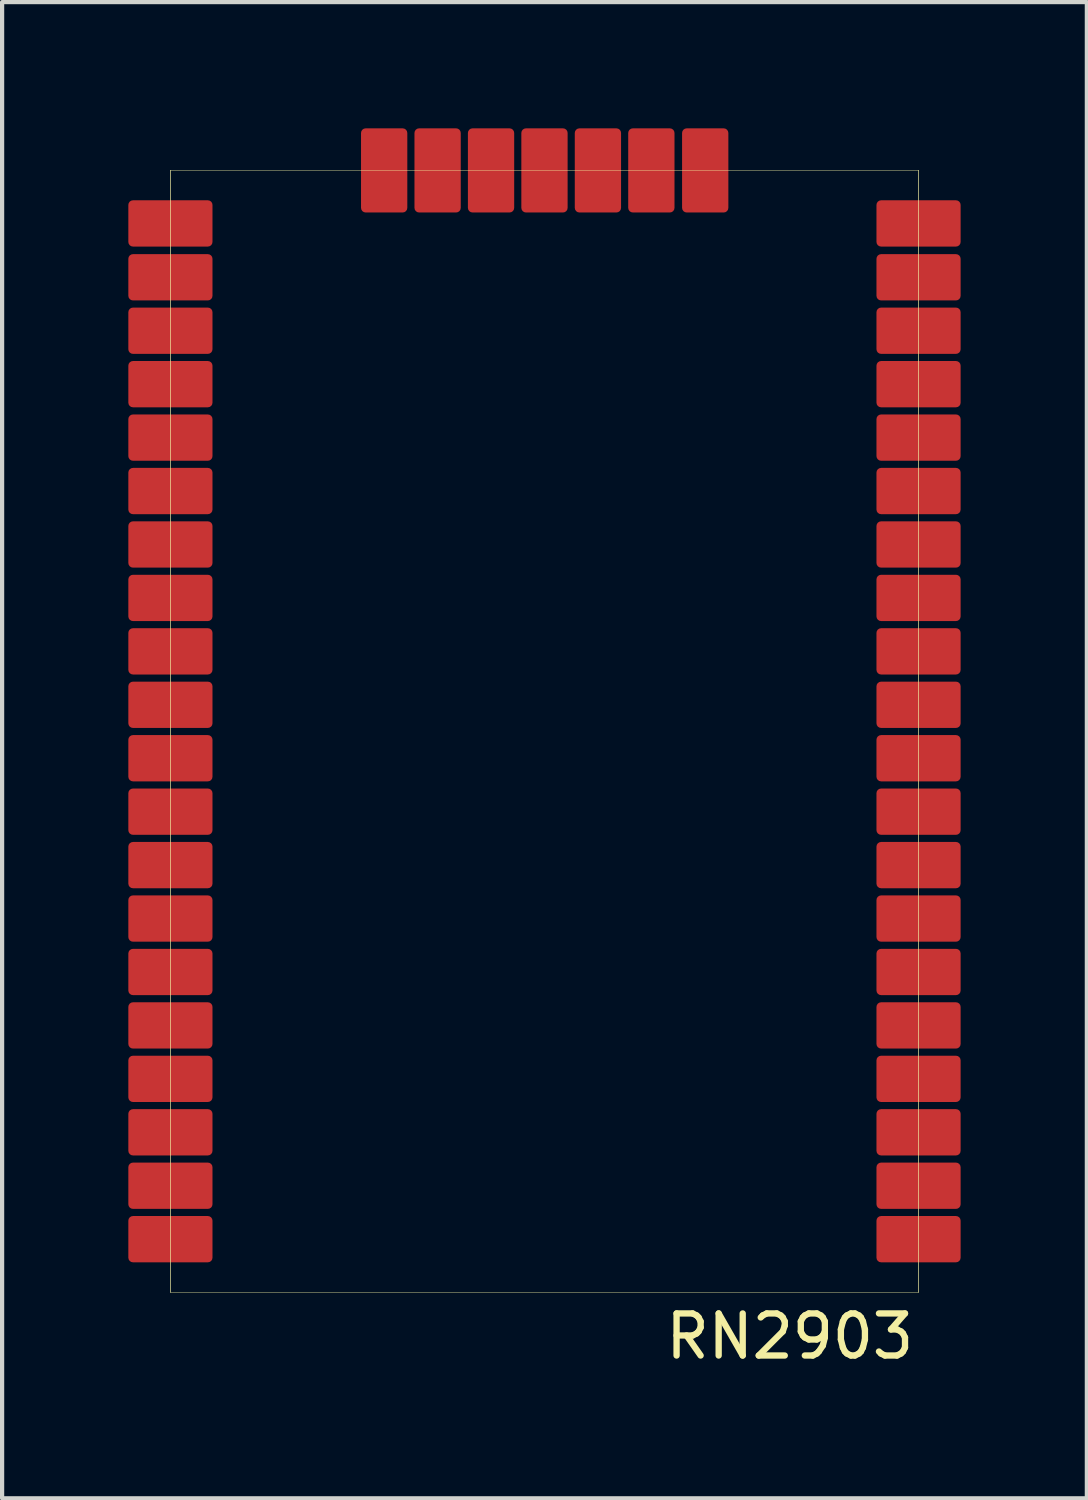
<source format=kicad_pcb>
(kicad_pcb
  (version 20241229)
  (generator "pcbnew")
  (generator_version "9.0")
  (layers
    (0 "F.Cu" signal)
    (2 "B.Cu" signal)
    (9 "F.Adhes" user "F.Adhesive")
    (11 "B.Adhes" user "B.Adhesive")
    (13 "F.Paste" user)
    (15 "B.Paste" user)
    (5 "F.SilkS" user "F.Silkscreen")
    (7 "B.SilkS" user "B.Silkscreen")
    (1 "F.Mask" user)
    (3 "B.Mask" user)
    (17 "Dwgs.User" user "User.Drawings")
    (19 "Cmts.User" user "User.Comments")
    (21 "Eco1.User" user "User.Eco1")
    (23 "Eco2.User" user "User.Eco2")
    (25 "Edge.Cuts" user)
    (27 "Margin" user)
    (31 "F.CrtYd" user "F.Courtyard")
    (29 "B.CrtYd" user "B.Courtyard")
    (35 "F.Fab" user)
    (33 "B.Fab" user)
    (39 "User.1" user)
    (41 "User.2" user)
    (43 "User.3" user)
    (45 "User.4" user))
  (footprint "RN2903"
    (layer "F.Cu")
    (at 9.89 14.33)
    (property "Reference" "RN2903" (at 5.83 14.38 0) (layer "F.SilkS") (effects (font (size 1 1) (thickness 0.15))))
    (attr through_hole)
    (fp_line (start -8.89 -13.335) (end -8.89 13.335) (stroke (width 0.01) (type solid)) (layer "F.SilkS"))
    (fp_line (start -8.89 13.335) (end -8.89 -13.335) (stroke (width 0.01) (type solid)) (layer "F.SilkS"))
    (fp_line (start -8.89 13.335) (end 8.89 13.335) (stroke (width 0.01) (type solid)) (layer "F.SilkS"))
    (fp_line (start 8.89 -13.335) (end -8.89 -13.335) (stroke (width 0.01) (type solid)) (layer "F.SilkS"))
    (fp_line (start 8.89 -13.335) (end 8.89 13.335) (stroke (width 0.01) (type solid)) (layer "F.SilkS"))
    (fp_line (start 8.89 13.335) (end 8.89 -13.335) (stroke (width 0.01) (type solid)) (layer "F.SilkS"))
    (pad "1" smd roundrect (at 8.89 12.07) (size 2 1.1) (layers "F.Cu" "F.Mask" "F.Paste") (roundrect_rratio 0.1))
    (pad "2" smd roundrect (at 8.89 10.8) (size 2 1.1) (layers "F.Cu" "F.Mask" "F.Paste") (roundrect_rratio 0.1))
    (pad "3" smd roundrect (at 8.89 9.53) (size 2 1.1) (layers "F.Cu" "F.Mask" "F.Paste") (roundrect_rratio 0.1))
    (pad "4" smd roundrect (at 8.89 8.26) (size 2 1.1) (layers "F.Cu" "F.Mask" "F.Paste") (roundrect_rratio 0.1))
    (pad "5" smd roundrect (at 8.89 6.99) (size 2 1.1) (layers "F.Cu" "F.Mask" "F.Paste") (roundrect_rratio 0.1))
    (pad "6" smd roundrect (at 8.89 5.72) (size 2 1.1) (layers "F.Cu" "F.Mask" "F.Paste") (roundrect_rratio 0.1))
    (pad "7" smd roundrect (at 8.89 4.45) (size 2 1.1) (layers "F.Cu" "F.Mask" "F.Paste") (roundrect_rratio 0.1))
    (pad "8" smd roundrect (at 8.89 3.18) (size 2 1.1) (layers "F.Cu" "F.Mask" "F.Paste") (roundrect_rratio 0.1))
    (pad "9" smd roundrect (at 8.89 1.91) (size 2 1.1) (layers "F.Cu" "F.Mask" "F.Paste") (roundrect_rratio 0.1))
    (pad "10" smd roundrect (at 8.89 0.64) (size 2 1.1) (layers "F.Cu" "F.Mask" "F.Paste") (roundrect_rratio 0.1))
    (pad "11" smd roundrect (at 8.89 -0.63) (size 2 1.1) (layers "F.Cu" "F.Mask" "F.Paste") (roundrect_rratio 0.1))
    (pad "12" smd roundrect (at 8.89 -1.9) (size 2 1.1) (layers "F.Cu" "F.Mask" "F.Paste") (roundrect_rratio 0.1))
    (pad "13" smd roundrect (at 8.89 -3.17) (size 2 1.1) (layers "F.Cu" "F.Mask" "F.Paste") (roundrect_rratio 0.1))
    (pad "14" smd roundrect (at 8.89 -4.44) (size 2 1.1) (layers "F.Cu" "F.Mask" "F.Paste") (roundrect_rratio 0.1))
    (pad "15" smd roundrect (at 8.89 -5.71) (size 2 1.1) (layers "F.Cu" "F.Mask" "F.Paste") (roundrect_rratio 0.1))
    (pad "16" smd roundrect (at 8.89 -6.98) (size 2 1.1) (layers "F.Cu" "F.Mask" "F.Paste") (roundrect_rratio 0.1))
    (pad "17" smd roundrect (at 8.89 -8.25) (size 2 1.1) (layers "F.Cu" "F.Mask" "F.Paste") (roundrect_rratio 0.1))
    (pad "18" smd roundrect (at 8.89 -9.52) (size 2 1.1) (layers "F.Cu" "F.Mask" "F.Paste") (roundrect_rratio 0.1))
    (pad "19" smd roundrect (at 8.89 -10.79) (size 2 1.1) (layers "F.Cu" "F.Mask" "F.Paste") (roundrect_rratio 0.1))
    (pad "20" smd roundrect (at 8.89 -12.07) (size 2 1.1) (layers "F.Cu" "F.Mask" "F.Paste") (roundrect_rratio 0.1))
    (pad "21" smd roundrect (at 3.82 -13.33 270) (size 2 1.1) (layers "F.Cu" "F.Mask" "F.Paste") (roundrect_rratio 0.1))
    (pad "22" smd roundrect (at 2.54 -13.33 270) (size 2 1.1) (layers "F.Cu" "F.Mask" "F.Paste") (roundrect_rratio 0.1))
    (pad "23" smd roundrect (at 1.27 -13.33 270) (size 2 1.1) (layers "F.Cu" "F.Mask" "F.Paste") (roundrect_rratio 0.1))
    (pad "24" smd roundrect (at 0 -13.33 270) (size 2 1.1) (layers "F.Cu" "F.Mask" "F.Paste") (roundrect_rratio 0.1))
    (pad "25" smd roundrect (at -1.27 -13.33 270) (size 2 1.1) (layers "F.Cu" "F.Mask" "F.Paste") (roundrect_rratio 0.1))
    (pad "26" smd roundrect (at -2.54 -13.33 270) (size 2 1.1) (layers "F.Cu" "F.Mask" "F.Paste") (roundrect_rratio 0.1))
    (pad "27" smd roundrect (at -3.81 -13.33 270) (size 2 1.1) (layers "F.Cu" "F.Mask" "F.Paste") (roundrect_rratio 0.1))
    (pad "28" smd roundrect (at -8.89 -12.07) (size 2 1.1) (layers "F.Cu" "F.Mask" "F.Paste") (roundrect_rratio 0.1))
    (pad "29" smd roundrect (at -8.89 -10.79) (size 2 1.1) (layers "F.Cu" "F.Mask" "F.Paste") (roundrect_rratio 0.1))
    (pad "30" smd roundrect (at -8.89 -9.52) (size 2 1.1) (layers "F.Cu" "F.Mask" "F.Paste") (roundrect_rratio 0.1))
    (pad "31" smd roundrect (at -8.89 -8.25) (size 2 1.1) (layers "F.Cu" "F.Mask" "F.Paste") (roundrect_rratio 0.1))
    (pad "32" smd roundrect (at -8.89 -6.98) (size 2 1.1) (layers "F.Cu" "F.Mask" "F.Paste") (roundrect_rratio 0.1))
    (pad "33" smd roundrect (at -8.89 -5.71) (size 2 1.1) (layers "F.Cu" "F.Mask" "F.Paste") (roundrect_rratio 0.1))
    (pad "34" smd roundrect (at -8.89 -4.44) (size 2 1.1) (layers "F.Cu" "F.Mask" "F.Paste") (roundrect_rratio 0.1))
    (pad "35" smd roundrect (at -8.89 -3.17) (size 2 1.1) (layers "F.Cu" "F.Mask" "F.Paste") (roundrect_rratio 0.1))
    (pad "36" smd roundrect (at -8.89 -1.9) (size 2 1.1) (layers "F.Cu" "F.Mask" "F.Paste") (roundrect_rratio 0.1))
    (pad "37" smd roundrect (at -8.89 -0.63) (size 2 1.1) (layers "F.Cu" "F.Mask" "F.Paste") (roundrect_rratio 0.1))
    (pad "38" smd roundrect (at -8.89 0.64) (size 2 1.1) (layers "F.Cu" "F.Mask" "F.Paste") (roundrect_rratio 0.1))
    (pad "39" smd roundrect (at -8.89 1.91) (size 2 1.1) (layers "F.Cu" "F.Mask" "F.Paste") (roundrect_rratio 0.1))
    (pad "40" smd roundrect (at -8.89 3.18) (size 2 1.1) (layers "F.Cu" "F.Mask" "F.Paste") (roundrect_rratio 0.1))
    (pad "41" smd roundrect (at -8.89 4.45) (size 2 1.1) (layers "F.Cu" "F.Mask" "F.Paste") (roundrect_rratio 0.1))
    (pad "42" smd roundrect (at -8.89 5.72) (size 2 1.1) (layers "F.Cu" "F.Mask" "F.Paste") (roundrect_rratio 0.1))
    (pad "43" smd roundrect (at -8.89 6.99) (size 2 1.1) (layers "F.Cu" "F.Mask" "F.Paste") (roundrect_rratio 0.1))
    (pad "44" smd roundrect (at -8.89 8.26) (size 2 1.1) (layers "F.Cu" "F.Mask" "F.Paste") (roundrect_rratio 0.1))
    (pad "45" smd roundrect (at -8.89 9.53) (size 2 1.1) (layers "F.Cu" "F.Mask" "F.Paste") (roundrect_rratio 0.1))
    (pad "46" smd roundrect (at -8.89 10.8) (size 2 1.1) (layers "F.Cu" "F.Mask" "F.Paste") (roundrect_rratio 0.1))
    (pad "47" smd roundrect (at -8.89 12.07) (size 2 1.1) (layers "F.Cu" "F.Mask" "F.Paste") (roundrect_rratio 0.1)))
  (gr_rect
    (start -3 -3)
    (end 22.78 32.558)
    (stroke (width 0.1) (type default))
    (fill no)
    (layer "Edge.Cuts")))
</source>
